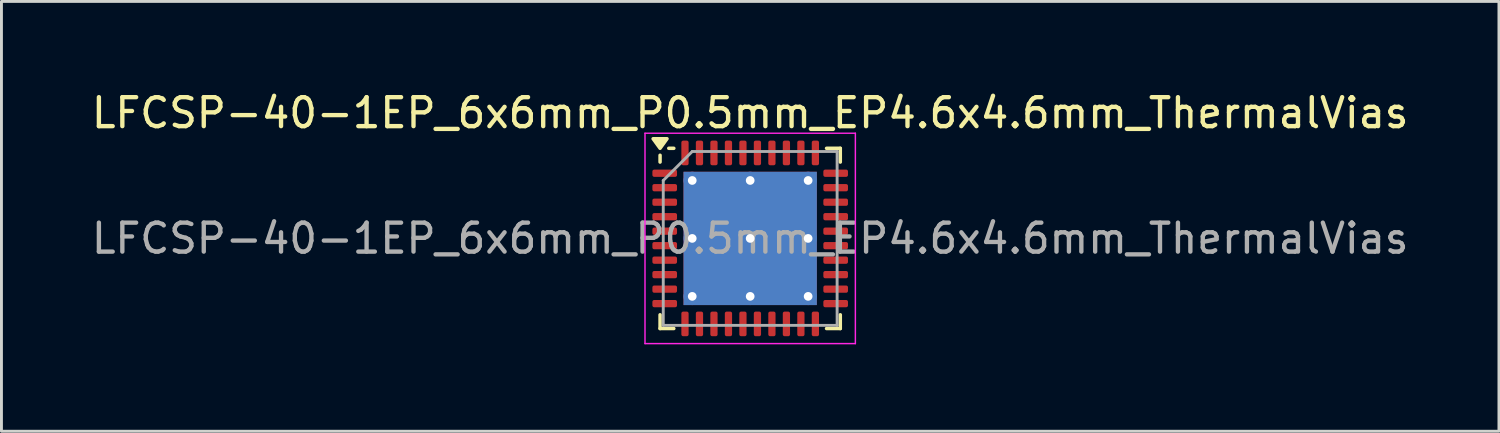
<source format=kicad_pcb>
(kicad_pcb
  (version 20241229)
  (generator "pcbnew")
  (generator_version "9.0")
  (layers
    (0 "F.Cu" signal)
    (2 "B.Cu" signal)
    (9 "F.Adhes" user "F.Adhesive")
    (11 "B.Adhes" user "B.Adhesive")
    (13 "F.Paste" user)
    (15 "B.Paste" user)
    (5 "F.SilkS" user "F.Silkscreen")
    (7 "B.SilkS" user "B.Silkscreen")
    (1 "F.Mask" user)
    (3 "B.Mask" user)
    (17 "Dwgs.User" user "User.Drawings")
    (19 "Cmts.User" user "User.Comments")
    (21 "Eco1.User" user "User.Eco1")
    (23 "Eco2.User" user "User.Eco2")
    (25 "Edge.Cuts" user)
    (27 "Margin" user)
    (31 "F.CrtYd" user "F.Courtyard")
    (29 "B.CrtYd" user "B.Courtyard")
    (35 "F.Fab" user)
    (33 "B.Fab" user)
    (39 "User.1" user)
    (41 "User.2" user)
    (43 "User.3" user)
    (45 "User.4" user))
  (footprint "LFCSP-40-1EP_6x6mm_P0.5mm_EP4.6x4.6mm_ThermalVias"
    (layer "F.Cu")
    (at 22.839 5.178)
    (property "Reference" "LFCSP-40-1EP_6x6mm_P0.5mm_EP4.6x4.6mm_ThermalVias" (at 0 -4.33 0) (layer "F.SilkS") (effects (font (size 1 1) (thickness 0.15))))
    (attr smd)
    (fp_line (start -3.11 -2.635) (end -3.11 -2.87) (stroke (width 0.12) (type solid)) (layer "F.SilkS"))
    (fp_line (start -3.11 3.11) (end -3.11 2.635) (stroke (width 0.12) (type solid)) (layer "F.SilkS"))
    (fp_line (start -2.635 -3.11) (end -2.81 -3.11) (stroke (width 0.12) (type solid)) (layer "F.SilkS"))
    (fp_line (start -2.635 3.11) (end -3.11 3.11) (stroke (width 0.12) (type solid)) (layer "F.SilkS"))
    (fp_line (start 2.635 -3.11) (end 3.11 -3.11) (stroke (width 0.12) (type solid)) (layer "F.SilkS"))
    (fp_line (start 2.635 3.11) (end 3.11 3.11) (stroke (width 0.12) (type solid)) (layer "F.SilkS"))
    (fp_line (start 3.11 -3.11) (end 3.11 -2.635) (stroke (width 0.12) (type solid)) (layer "F.SilkS"))
    (fp_line (start 3.11 3.11) (end 3.11 2.635) (stroke (width 0.12) (type solid)) (layer "F.SilkS"))
    (fp_poly (pts (xy -3.11 -3.11) (xy -3.35 -3.44) (xy -2.87 -3.44) (xy -3.11 -3.11)) (stroke (width 0.12) (type solid)) (fill yes) (layer "F.SilkS"))
    (fp_line (start -3.63 -3.63) (end -3.63 3.63) (stroke (width 0.05) (type solid)) (layer "F.CrtYd"))
    (fp_line (start -3.63 3.63) (end 3.63 3.63) (stroke (width 0.05) (type solid)) (layer "F.CrtYd"))
    (fp_line (start 3.63 -3.63) (end -3.63 -3.63) (stroke (width 0.05) (type solid)) (layer "F.CrtYd"))
    (fp_line (start 3.63 3.63) (end 3.63 -3.63) (stroke (width 0.05) (type solid)) (layer "F.CrtYd"))
    (fp_line (start -3 -2) (end -2 -3) (stroke (width 0.1) (type solid)) (layer "F.Fab"))
    (fp_line (start -3 3) (end -3 -2) (stroke (width 0.1) (type solid)) (layer "F.Fab"))
    (fp_line (start -2 -3) (end 3 -3) (stroke (width 0.1) (type solid)) (layer "F.Fab"))
    (fp_line (start 3 -3) (end 3 3) (stroke (width 0.1) (type solid)) (layer "F.Fab"))
    (fp_line (start 3 3) (end -3 3) (stroke (width 0.1) (type solid)) (layer "F.Fab"))
    (fp_text user "${REFERENCE}" (at 0 0 0) (layer "F.Fab") (effects (font (size 1 1) (thickness 0.15))))
    (pad "" smd custom (at -1 -1) (size 1.728 1.728) (layers "F.Paste") (options (anchor circle)) (primitives (gr_poly (pts (xy -0.766 -0.603) (xy -0.603 -0.766) (xy 0.603 -0.766) (xy 0.766 -0.603) (xy 0.766 0.603) (xy 0.603 0.766) (xy -0.603 0.766) (xy -0.766 0.603)) (width 0.393) (fill yes))))
    (pad "" smd custom (at -1 1) (size 1.728 1.728) (layers "F.Paste") (options (anchor circle)) (primitives (gr_poly (pts (xy -0.766 -0.603) (xy -0.603 -0.766) (xy 0.603 -0.766) (xy 0.766 -0.603) (xy 0.766 0.603) (xy 0.603 0.766) (xy -0.603 0.766) (xy -0.766 0.603)) (width 0.393) (fill yes))))
    (pad "" smd custom (at 1 -1) (size 1.728 1.728) (layers "F.Paste") (options (anchor circle)) (primitives (gr_poly (pts (xy -0.766 -0.603) (xy -0.603 -0.766) (xy 0.603 -0.766) (xy 0.766 -0.603) (xy 0.766 0.603) (xy 0.603 0.766) (xy -0.603 0.766) (xy -0.766 0.603)) (width 0.393) (fill yes))))
    (pad "" smd custom (at 1 1) (size 1.728 1.728) (layers "F.Paste") (options (anchor circle)) (primitives (gr_poly (pts (xy -0.766 -0.603) (xy -0.603 -0.766) (xy 0.603 -0.766) (xy 0.766 -0.603) (xy 0.766 0.603) (xy 0.603 0.766) (xy -0.603 0.766) (xy -0.766 0.603)) (width 0.393) (fill yes))))
    (pad "1" smd roundrect (at -2.95 -2.25) (size 0.85 0.25) (layers "F.Cu" "F.Mask" "F.Paste") (roundrect_rratio 0.25))
    (pad "2" smd roundrect (at -2.95 -1.75) (size 0.85 0.25) (layers "F.Cu" "F.Mask" "F.Paste") (roundrect_rratio 0.25))
    (pad "3" smd roundrect (at -2.95 -1.25) (size 0.85 0.25) (layers "F.Cu" "F.Mask" "F.Paste") (roundrect_rratio 0.25))
    (pad "4" smd roundrect (at -2.95 -0.75) (size 0.85 0.25) (layers "F.Cu" "F.Mask" "F.Paste") (roundrect_rratio 0.25))
    (pad "5" smd roundrect (at -2.95 -0.25) (size 0.85 0.25) (layers "F.Cu" "F.Mask" "F.Paste") (roundrect_rratio 0.25))
    (pad "6" smd roundrect (at -2.95 0.25) (size 0.85 0.25) (layers "F.Cu" "F.Mask" "F.Paste") (roundrect_rratio 0.25))
    (pad "7" smd roundrect (at -2.95 0.75) (size 0.85 0.25) (layers "F.Cu" "F.Mask" "F.Paste") (roundrect_rratio 0.25))
    (pad "8" smd roundrect (at -2.95 1.25) (size 0.85 0.25) (layers "F.Cu" "F.Mask" "F.Paste") (roundrect_rratio 0.25))
    (pad "9" smd roundrect (at -2.95 1.75) (size 0.85 0.25) (layers "F.Cu" "F.Mask" "F.Paste") (roundrect_rratio 0.25))
    (pad "10" smd roundrect (at -2.95 2.25) (size 0.85 0.25) (layers "F.Cu" "F.Mask" "F.Paste") (roundrect_rratio 0.25))
    (pad "11" smd roundrect (at -2.25 2.95) (size 0.25 0.85) (layers "F.Cu" "F.Mask" "F.Paste") (roundrect_rratio 0.25))
    (pad "12" smd roundrect (at -1.75 2.95) (size 0.25 0.85) (layers "F.Cu" "F.Mask" "F.Paste") (roundrect_rratio 0.25))
    (pad "13" smd roundrect (at -1.25 2.95) (size 0.25 0.85) (layers "F.Cu" "F.Mask" "F.Paste") (roundrect_rratio 0.25))
    (pad "14" smd roundrect (at -0.75 2.95) (size 0.25 0.85) (layers "F.Cu" "F.Mask" "F.Paste") (roundrect_rratio 0.25))
    (pad "15" smd roundrect (at -0.25 2.95) (size 0.25 0.85) (layers "F.Cu" "F.Mask" "F.Paste") (roundrect_rratio 0.25))
    (pad "16" smd roundrect (at 0.25 2.95) (size 0.25 0.85) (layers "F.Cu" "F.Mask" "F.Paste") (roundrect_rratio 0.25))
    (pad "17" smd roundrect (at 0.75 2.95) (size 0.25 0.85) (layers "F.Cu" "F.Mask" "F.Paste") (roundrect_rratio 0.25))
    (pad "18" smd roundrect (at 1.25 2.95) (size 0.25 0.85) (layers "F.Cu" "F.Mask" "F.Paste") (roundrect_rratio 0.25))
    (pad "19" smd roundrect (at 1.75 2.95) (size 0.25 0.85) (layers "F.Cu" "F.Mask" "F.Paste") (roundrect_rratio 0.25))
    (pad "20" smd roundrect (at 2.25 2.95) (size 0.25 0.85) (layers "F.Cu" "F.Mask" "F.Paste") (roundrect_rratio 0.25))
    (pad "21" smd roundrect (at 2.95 2.25) (size 0.85 0.25) (layers "F.Cu" "F.Mask" "F.Paste") (roundrect_rratio 0.25))
    (pad "22" smd roundrect (at 2.95 1.75) (size 0.85 0.25) (layers "F.Cu" "F.Mask" "F.Paste") (roundrect_rratio 0.25))
    (pad "23" smd roundrect (at 2.95 1.25) (size 0.85 0.25) (layers "F.Cu" "F.Mask" "F.Paste") (roundrect_rratio 0.25))
    (pad "24" smd roundrect (at 2.95 0.75) (size 0.85 0.25) (layers "F.Cu" "F.Mask" "F.Paste") (roundrect_rratio 0.25))
    (pad "25" smd roundrect (at 2.95 0.25) (size 0.85 0.25) (layers "F.Cu" "F.Mask" "F.Paste") (roundrect_rratio 0.25))
    (pad "26" smd roundrect (at 2.95 -0.25) (size 0.85 0.25) (layers "F.Cu" "F.Mask" "F.Paste") (roundrect_rratio 0.25))
    (pad "27" smd roundrect (at 2.95 -0.75) (size 0.85 0.25) (layers "F.Cu" "F.Mask" "F.Paste") (roundrect_rratio 0.25))
    (pad "28" smd roundrect (at 2.95 -1.25) (size 0.85 0.25) (layers "F.Cu" "F.Mask" "F.Paste") (roundrect_rratio 0.25))
    (pad "29" smd roundrect (at 2.95 -1.75) (size 0.85 0.25) (layers "F.Cu" "F.Mask" "F.Paste") (roundrect_rratio 0.25))
    (pad "30" smd roundrect (at 2.95 -2.25) (size 0.85 0.25) (layers "F.Cu" "F.Mask" "F.Paste") (roundrect_rratio 0.25))
    (pad "31" smd roundrect (at 2.25 -2.95) (size 0.25 0.85) (layers "F.Cu" "F.Mask" "F.Paste") (roundrect_rratio 0.25))
    (pad "32" smd roundrect (at 1.75 -2.95) (size 0.25 0.85) (layers "F.Cu" "F.Mask" "F.Paste") (roundrect_rratio 0.25))
    (pad "33" smd roundrect (at 1.25 -2.95) (size 0.25 0.85) (layers "F.Cu" "F.Mask" "F.Paste") (roundrect_rratio 0.25))
    (pad "34" smd roundrect (at 0.75 -2.95) (size 0.25 0.85) (layers "F.Cu" "F.Mask" "F.Paste") (roundrect_rratio 0.25))
    (pad "35" smd roundrect (at 0.25 -2.95) (size 0.25 0.85) (layers "F.Cu" "F.Mask" "F.Paste") (roundrect_rratio 0.25))
    (pad "36" smd roundrect (at -0.25 -2.95) (size 0.25 0.85) (layers "F.Cu" "F.Mask" "F.Paste") (roundrect_rratio 0.25))
    (pad "37" smd roundrect (at -0.75 -2.95) (size 0.25 0.85) (layers "F.Cu" "F.Mask" "F.Paste") (roundrect_rratio 0.25))
    (pad "38" smd roundrect (at -1.25 -2.95) (size 0.25 0.85) (layers "F.Cu" "F.Mask" "F.Paste") (roundrect_rratio 0.25))
    (pad "39" smd roundrect (at -1.75 -2.95) (size 0.25 0.85) (layers "F.Cu" "F.Mask" "F.Paste") (roundrect_rratio 0.25))
    (pad "40" smd roundrect (at -2.25 -2.95) (size 0.25 0.85) (layers "F.Cu" "F.Mask" "F.Paste") (roundrect_rratio 0.25))
    (pad "41" thru_hole circle (at -2 -2) (size 0.6 0.6) (drill 0.3) (property pad_prop_heatsink) (layers "*.Cu"))
    (pad "41" thru_hole circle (at -2 0) (size 0.6 0.6) (drill 0.3) (property pad_prop_heatsink) (layers "*.Cu"))
    (pad "41" thru_hole circle (at -2 2) (size 0.6 0.6) (drill 0.3) (property pad_prop_heatsink) (layers "*.Cu"))
    (pad "41" thru_hole circle (at 0 -2) (size 0.6 0.6) (drill 0.3) (property pad_prop_heatsink) (layers "*.Cu"))
    (pad "41" thru_hole circle (at 0 0) (size 0.6 0.6) (drill 0.3) (property pad_prop_heatsink) (layers "*.Cu"))
    (pad "41" smd rect (at 0 0) (size 4.6 4.6) (property pad_prop_heatsink) (layers "F.Cu" "F.Mask"))
    (pad "41" smd rect (at 0 0) (size 4.6 4.6) (property pad_prop_heatsink) (layers "B.Cu"))
    (pad "41" thru_hole circle (at 0 2) (size 0.6 0.6) (drill 0.3) (property pad_prop_heatsink) (layers "*.Cu"))
    (pad "41" thru_hole circle (at 2 -2) (size 0.6 0.6) (drill 0.3) (property pad_prop_heatsink) (layers "*.Cu"))
    (pad "41" thru_hole circle (at 2 0) (size 0.6 0.6) (drill 0.3) (property pad_prop_heatsink) (layers "*.Cu"))
    (pad "41" thru_hole circle (at 2 2) (size 0.6 0.6) (drill 0.3) (property pad_prop_heatsink) (layers "*.Cu")))
  (gr_rect
    (start -3 -3)
    (end 48.679 11.833)
    (stroke (width 0.1) (type default))
    (fill no)
    (layer "Edge.Cuts")))
</source>
